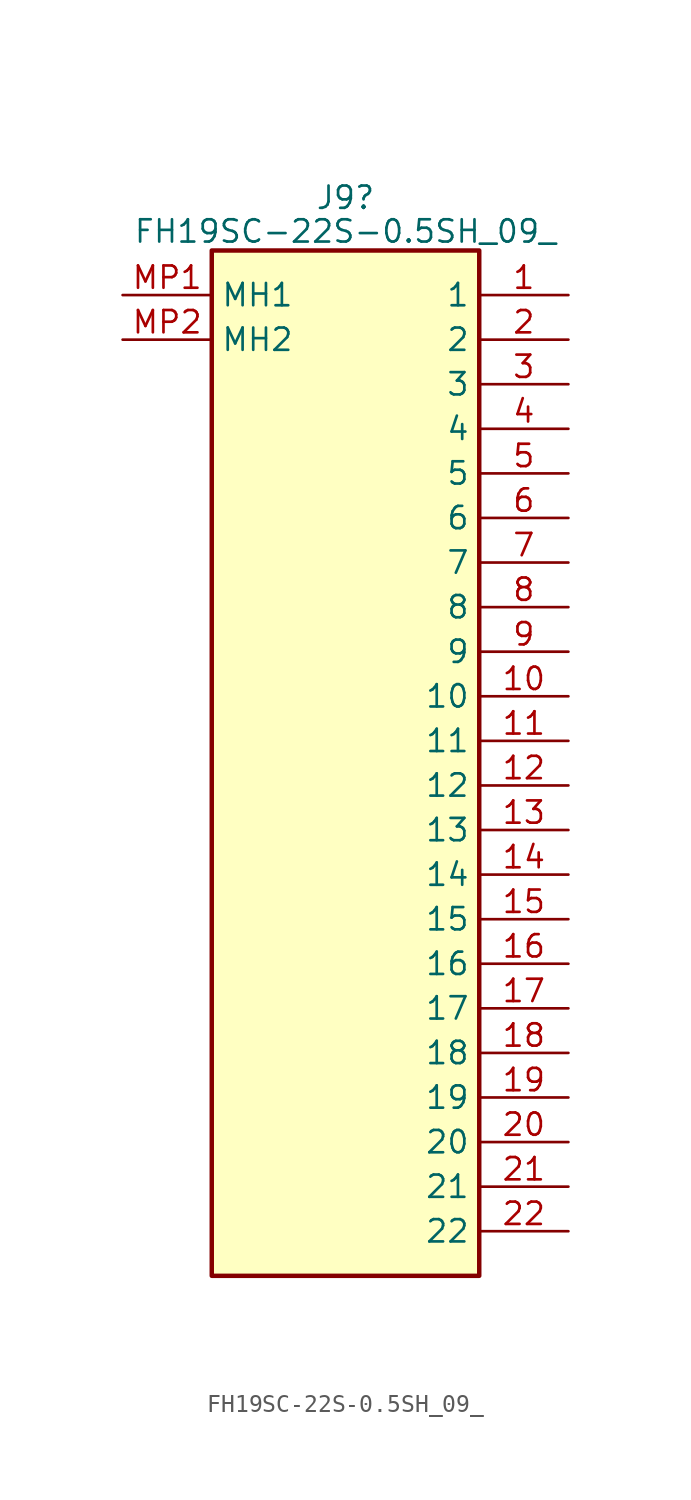
<source format=kicad_sym>
(kicad_symbol_lib
  (version 20220914)
  (generator kicad_symbol_editor)
  (symbol "FH19SC-22S-0.5SH_09_"
    (property "Reference" "J9"
      (at 12.7 5.55 0)
      (effects (font (size 1.27 1.27))))
    (property "Value" "FH19SC-22S-0.5SH_09_"
      (at 12.7 3.629 0)
      (effects (font (size 1.27 1.27))))
    (symbol "FH19SC-22S-0.5SH_09__1_1"
      (rectangle (start 5.08 2.54) (end 20.32 -55.88) (stroke (width 0.254) (type default)) (fill (type background)))
      (pin passive line (at 25.4 0 180) (length 5.08) (name "1" (effects (font (size 1.27 1.27)))) (number "1" (effects (font (size 1.27 1.27)))))
      (pin passive line (at 25.4 -22.86 180) (length 5.08) (name "10" (effects (font (size 1.27 1.27)))) (number "10" (effects (font (size 1.27 1.27)))))
      (pin passive line (at 25.4 -25.4 180) (length 5.08) (name "11" (effects (font (size 1.27 1.27)))) (number "11" (effects (font (size 1.27 1.27)))))
      (pin passive line (at 25.4 -27.94 180) (length 5.08) (name "12" (effects (font (size 1.27 1.27)))) (number "12" (effects (font (size 1.27 1.27)))))
      (pin passive line (at 25.4 -30.48 180) (length 5.08) (name "13" (effects (font (size 1.27 1.27)))) (number "13" (effects (font (size 1.27 1.27)))))
      (pin passive line (at 25.4 -33.02 180) (length 5.08) (name "14" (effects (font (size 1.27 1.27)))) (number "14" (effects (font (size 1.27 1.27)))))
      (pin passive line (at 25.4 -35.56 180) (length 5.08) (name "15" (effects (font (size 1.27 1.27)))) (number "15" (effects (font (size 1.27 1.27)))))
      (pin passive line (at 25.4 -38.1 180) (length 5.08) (name "16" (effects (font (size 1.27 1.27)))) (number "16" (effects (font (size 1.27 1.27)))))
      (pin passive line (at 25.4 -40.64 180) (length 5.08) (name "17" (effects (font (size 1.27 1.27)))) (number "17" (effects (font (size 1.27 1.27)))))
      (pin passive line (at 25.4 -43.18 180) (length 5.08) (name "18" (effects (font (size 1.27 1.27)))) (number "18" (effects (font (size 1.27 1.27)))))
      (pin passive line (at 25.4 -45.72 180) (length 5.08) (name "19" (effects (font (size 1.27 1.27)))) (number "19" (effects (font (size 1.27 1.27)))))
      (pin passive line (at 25.4 -2.54 180) (length 5.08) (name "2" (effects (font (size 1.27 1.27)))) (number "2" (effects (font (size 1.27 1.27)))))
      (pin passive line (at 25.4 -48.26 180) (length 5.08) (name "20" (effects (font (size 1.27 1.27)))) (number "20" (effects (font (size 1.27 1.27)))))
      (pin passive line (at 25.4 -50.8 180) (length 5.08) (name "21" (effects (font (size 1.27 1.27)))) (number "21" (effects (font (size 1.27 1.27)))))
      (pin passive line (at 25.4 -53.34 180) (length 5.08) (name "22" (effects (font (size 1.27 1.27)))) (number "22" (effects (font (size 1.27 1.27)))))
      (pin passive line (at 25.4 -5.08 180) (length 5.08) (name "3" (effects (font (size 1.27 1.27)))) (number "3" (effects (font (size 1.27 1.27)))))
      (pin passive line (at 25.4 -7.62 180) (length 5.08) (name "4" (effects (font (size 1.27 1.27)))) (number "4" (effects (font (size 1.27 1.27)))))
      (pin passive line (at 25.4 -10.16 180) (length 5.08) (name "5" (effects (font (size 1.27 1.27)))) (number "5" (effects (font (size 1.27 1.27)))))
      (pin passive line (at 25.4 -12.7 180) (length 5.08) (name "6" (effects (font (size 1.27 1.27)))) (number "6" (effects (font (size 1.27 1.27)))))
      (pin passive line (at 25.4 -15.24 180) (length 5.08) (name "7" (effects (font (size 1.27 1.27)))) (number "7" (effects (font (size 1.27 1.27)))))
      (pin passive line (at 25.4 -17.78 180) (length 5.08) (name "8" (effects (font (size 1.27 1.27)))) (number "8" (effects (font (size 1.27 1.27)))))
      (pin passive line (at 25.4 -20.32 180) (length 5.08) (name "9" (effects (font (size 1.27 1.27)))) (number "9" (effects (font (size 1.27 1.27)))))
      (pin passive line (at 0 0 0) (length 5.08) (name "MH1" (effects (font (size 1.27 1.27)))) (number "MP1" (effects (font (size 1.27 1.27)))))
      (pin passive line (at 0 -2.54 0) (length 5.08) (name "MH2" (effects (font (size 1.27 1.27)))) (number "MP2" (effects (font (size 1.27 1.27))))))))
</source>
